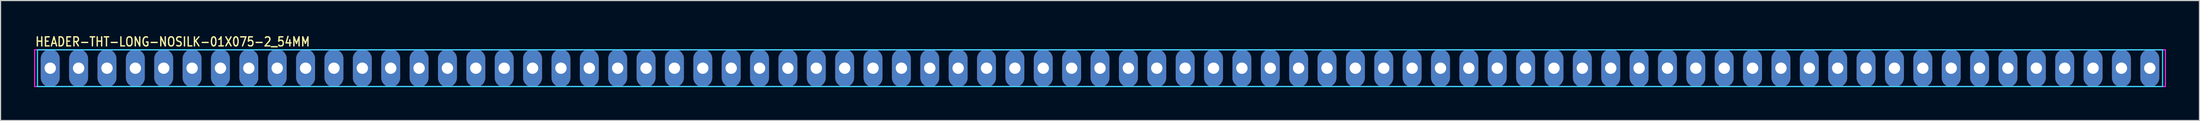
<source format=kicad_pcb>
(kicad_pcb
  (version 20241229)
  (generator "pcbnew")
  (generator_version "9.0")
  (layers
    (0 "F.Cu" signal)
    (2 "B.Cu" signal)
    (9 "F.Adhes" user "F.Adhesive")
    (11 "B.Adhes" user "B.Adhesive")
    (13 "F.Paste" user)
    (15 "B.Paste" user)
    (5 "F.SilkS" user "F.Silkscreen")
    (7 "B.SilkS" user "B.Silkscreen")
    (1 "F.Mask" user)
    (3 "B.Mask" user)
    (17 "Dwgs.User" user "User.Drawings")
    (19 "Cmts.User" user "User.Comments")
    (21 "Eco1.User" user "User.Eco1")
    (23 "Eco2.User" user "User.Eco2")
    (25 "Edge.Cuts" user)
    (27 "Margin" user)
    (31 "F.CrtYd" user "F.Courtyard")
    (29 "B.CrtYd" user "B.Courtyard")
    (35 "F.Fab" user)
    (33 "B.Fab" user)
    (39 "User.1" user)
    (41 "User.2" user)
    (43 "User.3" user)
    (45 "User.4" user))
  (footprint "HEADER-THT-LONG-NOSILK-01X075-2_54MM"
    (layer "F.Cu")
    (at 1.447 3.079)
    (property "Reference" "HEADER-THT-LONG-NOSILK-01X075-2_54MM" (at -1.4 -1.9 0) (unlocked yes) (layer "F.SilkS") (effects (font (size 0.813 0.695) (thickness 0.122)) (justify left bottom)))
    (fp_poly (pts (xy -1.143 -1.651) (xy 189.103 -1.651) (xy 189.103 1.651) (xy -1.143 1.651)) (stroke (width 0.1) (type solid)) (fill no) (layer "B.CrtYd"))
    (fp_poly (pts (xy -1.397 -1.651) (xy 189.357 -1.651) (xy 189.357 1.651) (xy -1.397 1.651)) (stroke (width 0.1) (type solid)) (fill no) (layer "F.CrtYd"))
    (pad "1" thru_hole oval (at 0 0 90) (size 3.387 1.693) (drill 1.016) (layers "*.Cu" "*.Mask"))
    (pad "2" thru_hole oval (at 2.54 0 90) (size 3.387 1.693) (drill 1.016) (layers "*.Cu" "*.Mask"))
    (pad "3" thru_hole oval (at 5.08 0 90) (size 3.387 1.693) (drill 1.016) (layers "*.Cu" "*.Mask"))
    (pad "4" thru_hole oval (at 7.62 0 90) (size 3.387 1.693) (drill 1.016) (layers "*.Cu" "*.Mask"))
    (pad "5" thru_hole oval (at 10.16 0 90) (size 3.387 1.693) (drill 1.016) (layers "*.Cu" "*.Mask"))
    (pad "6" thru_hole oval (at 12.7 0 90) (size 3.387 1.693) (drill 1.016) (layers "*.Cu" "*.Mask"))
    (pad "7" thru_hole oval (at 15.24 0 90) (size 3.387 1.693) (drill 1.016) (layers "*.Cu" "*.Mask"))
    (pad "8" thru_hole oval (at 17.78 0 90) (size 3.387 1.693) (drill 1.016) (layers "*.Cu" "*.Mask"))
    (pad "9" thru_hole oval (at 20.32 0 90) (size 3.387 1.693) (drill 1.016) (layers "*.Cu" "*.Mask"))
    (pad "10" thru_hole oval (at 22.86 0 90) (size 3.387 1.693) (drill 1.016) (layers "*.Cu" "*.Mask"))
    (pad "11" thru_hole oval (at 25.4 0 90) (size 3.387 1.693) (drill 1.016) (layers "*.Cu" "*.Mask"))
    (pad "12" thru_hole oval (at 27.94 0 90) (size 3.387 1.693) (drill 1.016) (layers "*.Cu" "*.Mask"))
    (pad "13" thru_hole oval (at 30.48 0 90) (size 3.387 1.693) (drill 1.016) (layers "*.Cu" "*.Mask"))
    (pad "14" thru_hole oval (at 33.02 0 90) (size 3.387 1.693) (drill 1.016) (layers "*.Cu" "*.Mask"))
    (pad "15" thru_hole oval (at 35.56 0 90) (size 3.387 1.693) (drill 1.016) (layers "*.Cu" "*.Mask"))
    (pad "16" thru_hole oval (at 38.1 0 90) (size 3.387 1.693) (drill 1.016) (layers "*.Cu" "*.Mask"))
    (pad "17" thru_hole oval (at 40.64 0 90) (size 3.387 1.693) (drill 1.016) (layers "*.Cu" "*.Mask"))
    (pad "18" thru_hole oval (at 43.18 0 90) (size 3.387 1.693) (drill 1.016) (layers "*.Cu" "*.Mask"))
    (pad "19" thru_hole oval (at 45.72 0 90) (size 3.387 1.693) (drill 1.016) (layers "*.Cu" "*.Mask"))
    (pad "20" thru_hole oval (at 48.26 0 90) (size 3.387 1.693) (drill 1.016) (layers "*.Cu" "*.Mask"))
    (pad "21" thru_hole oval (at 50.8 0 90) (size 3.387 1.693) (drill 1.016) (layers "*.Cu" "*.Mask"))
    (pad "22" thru_hole oval (at 53.34 0 90) (size 3.387 1.693) (drill 1.016) (layers "*.Cu" "*.Mask"))
    (pad "23" thru_hole oval (at 55.88 0 90) (size 3.387 1.693) (drill 1.016) (layers "*.Cu" "*.Mask"))
    (pad "24" thru_hole oval (at 58.42 0 90) (size 3.387 1.693) (drill 1.016) (layers "*.Cu" "*.Mask"))
    (pad "25" thru_hole oval (at 60.96 0 90) (size 3.387 1.693) (drill 1.016) (layers "*.Cu" "*.Mask"))
    (pad "26" thru_hole oval (at 63.5 0 90) (size 3.387 1.693) (drill 1.016) (layers "*.Cu" "*.Mask"))
    (pad "27" thru_hole oval (at 66.04 0 90) (size 3.387 1.693) (drill 1.016) (layers "*.Cu" "*.Mask"))
    (pad "28" thru_hole oval (at 68.58 0 90) (size 3.387 1.693) (drill 1.016) (layers "*.Cu" "*.Mask"))
    (pad "29" thru_hole oval (at 71.12 0 90) (size 3.387 1.693) (drill 1.016) (layers "*.Cu" "*.Mask"))
    (pad "30" thru_hole oval (at 73.66 0 90) (size 3.387 1.693) (drill 1.016) (layers "*.Cu" "*.Mask"))
    (pad "31" thru_hole oval (at 76.2 0 90) (size 3.387 1.693) (drill 1.016) (layers "*.Cu" "*.Mask"))
    (pad "32" thru_hole oval (at 78.74 0 90) (size 3.387 1.693) (drill 1.016) (layers "*.Cu" "*.Mask"))
    (pad "33" thru_hole oval (at 81.28 0 90) (size 3.387 1.693) (drill 1.016) (layers "*.Cu" "*.Mask"))
    (pad "34" thru_hole oval (at 83.82 0 90) (size 3.387 1.693) (drill 1.016) (layers "*.Cu" "*.Mask"))
    (pad "35" thru_hole oval (at 86.36 0 90) (size 3.387 1.693) (drill 1.016) (layers "*.Cu" "*.Mask"))
    (pad "36" thru_hole oval (at 88.9 0 90) (size 3.387 1.693) (drill 1.016) (layers "*.Cu" "*.Mask"))
    (pad "37" thru_hole oval (at 91.44 0 90) (size 3.387 1.693) (drill 1.016) (layers "*.Cu" "*.Mask"))
    (pad "38" thru_hole oval (at 93.98 0 90) (size 3.387 1.693) (drill 1.016) (layers "*.Cu" "*.Mask"))
    (pad "39" thru_hole oval (at 96.52 0 90) (size 3.387 1.693) (drill 1.016) (layers "*.Cu" "*.Mask"))
    (pad "40" thru_hole oval (at 99.06 0 90) (size 3.387 1.693) (drill 1.016) (layers "*.Cu" "*.Mask"))
    (pad "41" thru_hole oval (at 101.6 0 90) (size 3.387 1.693) (drill 1.016) (layers "*.Cu" "*.Mask"))
    (pad "42" thru_hole oval (at 104.14 0 90) (size 3.387 1.693) (drill 1.016) (layers "*.Cu" "*.Mask"))
    (pad "43" thru_hole oval (at 106.68 0 90) (size 3.387 1.693) (drill 1.016) (layers "*.Cu" "*.Mask"))
    (pad "44" thru_hole oval (at 109.22 0 90) (size 3.387 1.693) (drill 1.016) (layers "*.Cu" "*.Mask"))
    (pad "45" thru_hole oval (at 111.76 0 90) (size 3.387 1.693) (drill 1.016) (layers "*.Cu" "*.Mask"))
    (pad "46" thru_hole oval (at 114.3 0 90) (size 3.387 1.693) (drill 1.016) (layers "*.Cu" "*.Mask"))
    (pad "47" thru_hole oval (at 116.84 0 90) (size 3.387 1.693) (drill 1.016) (layers "*.Cu" "*.Mask"))
    (pad "48" thru_hole oval (at 119.38 0 90) (size 3.387 1.693) (drill 1.016) (layers "*.Cu" "*.Mask"))
    (pad "49" thru_hole oval (at 121.92 0 90) (size 3.387 1.693) (drill 1.016) (layers "*.Cu" "*.Mask"))
    (pad "50" thru_hole oval (at 124.46 0 90) (size 3.387 1.693) (drill 1.016) (layers "*.Cu" "*.Mask"))
    (pad "51" thru_hole oval (at 127 0 90) (size 3.387 1.693) (drill 1.016) (layers "*.Cu" "*.Mask"))
    (pad "52" thru_hole oval (at 129.54 0 90) (size 3.387 1.693) (drill 1.016) (layers "*.Cu" "*.Mask"))
    (pad "53" thru_hole oval (at 132.08 0 90) (size 3.387 1.693) (drill 1.016) (layers "*.Cu" "*.Mask"))
    (pad "54" thru_hole oval (at 134.62 0 90) (size 3.387 1.693) (drill 1.016) (layers "*.Cu" "*.Mask"))
    (pad "55" thru_hole oval (at 137.16 0 90) (size 3.387 1.693) (drill 1.016) (layers "*.Cu" "*.Mask"))
    (pad "56" thru_hole oval (at 139.7 0 90) (size 3.387 1.693) (drill 1.016) (layers "*.Cu" "*.Mask"))
    (pad "57" thru_hole oval (at 142.24 0 90) (size 3.387 1.693) (drill 1.016) (layers "*.Cu" "*.Mask"))
    (pad "58" thru_hole oval (at 144.78 0 90) (size 3.387 1.693) (drill 1.016) (layers "*.Cu" "*.Mask"))
    (pad "59" thru_hole oval (at 147.32 0 90) (size 3.387 1.693) (drill 1.016) (layers "*.Cu" "*.Mask"))
    (pad "60" thru_hole oval (at 149.86 0 90) (size 3.387 1.693) (drill 1.016) (layers "*.Cu" "*.Mask"))
    (pad "61" thru_hole oval (at 152.4 0 90) (size 3.387 1.693) (drill 1.016) (layers "*.Cu" "*.Mask"))
    (pad "62" thru_hole oval (at 154.94 0 90) (size 3.387 1.693) (drill 1.016) (layers "*.Cu" "*.Mask"))
    (pad "63" thru_hole oval (at 157.48 0 90) (size 3.387 1.693) (drill 1.016) (layers "*.Cu" "*.Mask"))
    (pad "64" thru_hole oval (at 160.02 0 90) (size 3.387 1.693) (drill 1.016) (layers "*.Cu" "*.Mask"))
    (pad "65" thru_hole oval (at 162.56 0 90) (size 3.387 1.693) (drill 1.016) (layers "*.Cu" "*.Mask"))
    (pad "66" thru_hole oval (at 165.1 0 90) (size 3.387 1.693) (drill 1.016) (layers "*.Cu" "*.Mask"))
    (pad "67" thru_hole oval (at 167.64 0 90) (size 3.387 1.693) (drill 1.016) (layers "*.Cu" "*.Mask"))
    (pad "68" thru_hole oval (at 170.18 0 90) (size 3.387 1.693) (drill 1.016) (layers "*.Cu" "*.Mask"))
    (pad "69" thru_hole oval (at 172.72 0 90) (size 3.387 1.693) (drill 1.016) (layers "*.Cu" "*.Mask"))
    (pad "70" thru_hole oval (at 175.26 0 90) (size 3.387 1.693) (drill 1.016) (layers "*.Cu" "*.Mask"))
    (pad "71" thru_hole oval (at 177.8 0 90) (size 3.387 1.693) (drill 1.016) (layers "*.Cu" "*.Mask"))
    (pad "72" thru_hole oval (at 180.34 0 90) (size 3.387 1.693) (drill 1.016) (layers "*.Cu" "*.Mask"))
    (pad "73" thru_hole oval (at 182.88 0 90) (size 3.387 1.693) (drill 1.016) (layers "*.Cu" "*.Mask"))
    (pad "74" thru_hole oval (at 185.42 0 90) (size 3.387 1.693) (drill 1.016) (layers "*.Cu" "*.Mask"))
    (pad "75" thru_hole oval (at 187.96 0 90) (size 3.387 1.693) (drill 1.016) (layers "*.Cu" "*.Mask")))
  (gr_rect
    (start -3 -3)
    (end 193.854 7.78)
    (stroke (width 0.1) (type default))
    (fill no)
    (layer "Edge.Cuts")))
</source>
